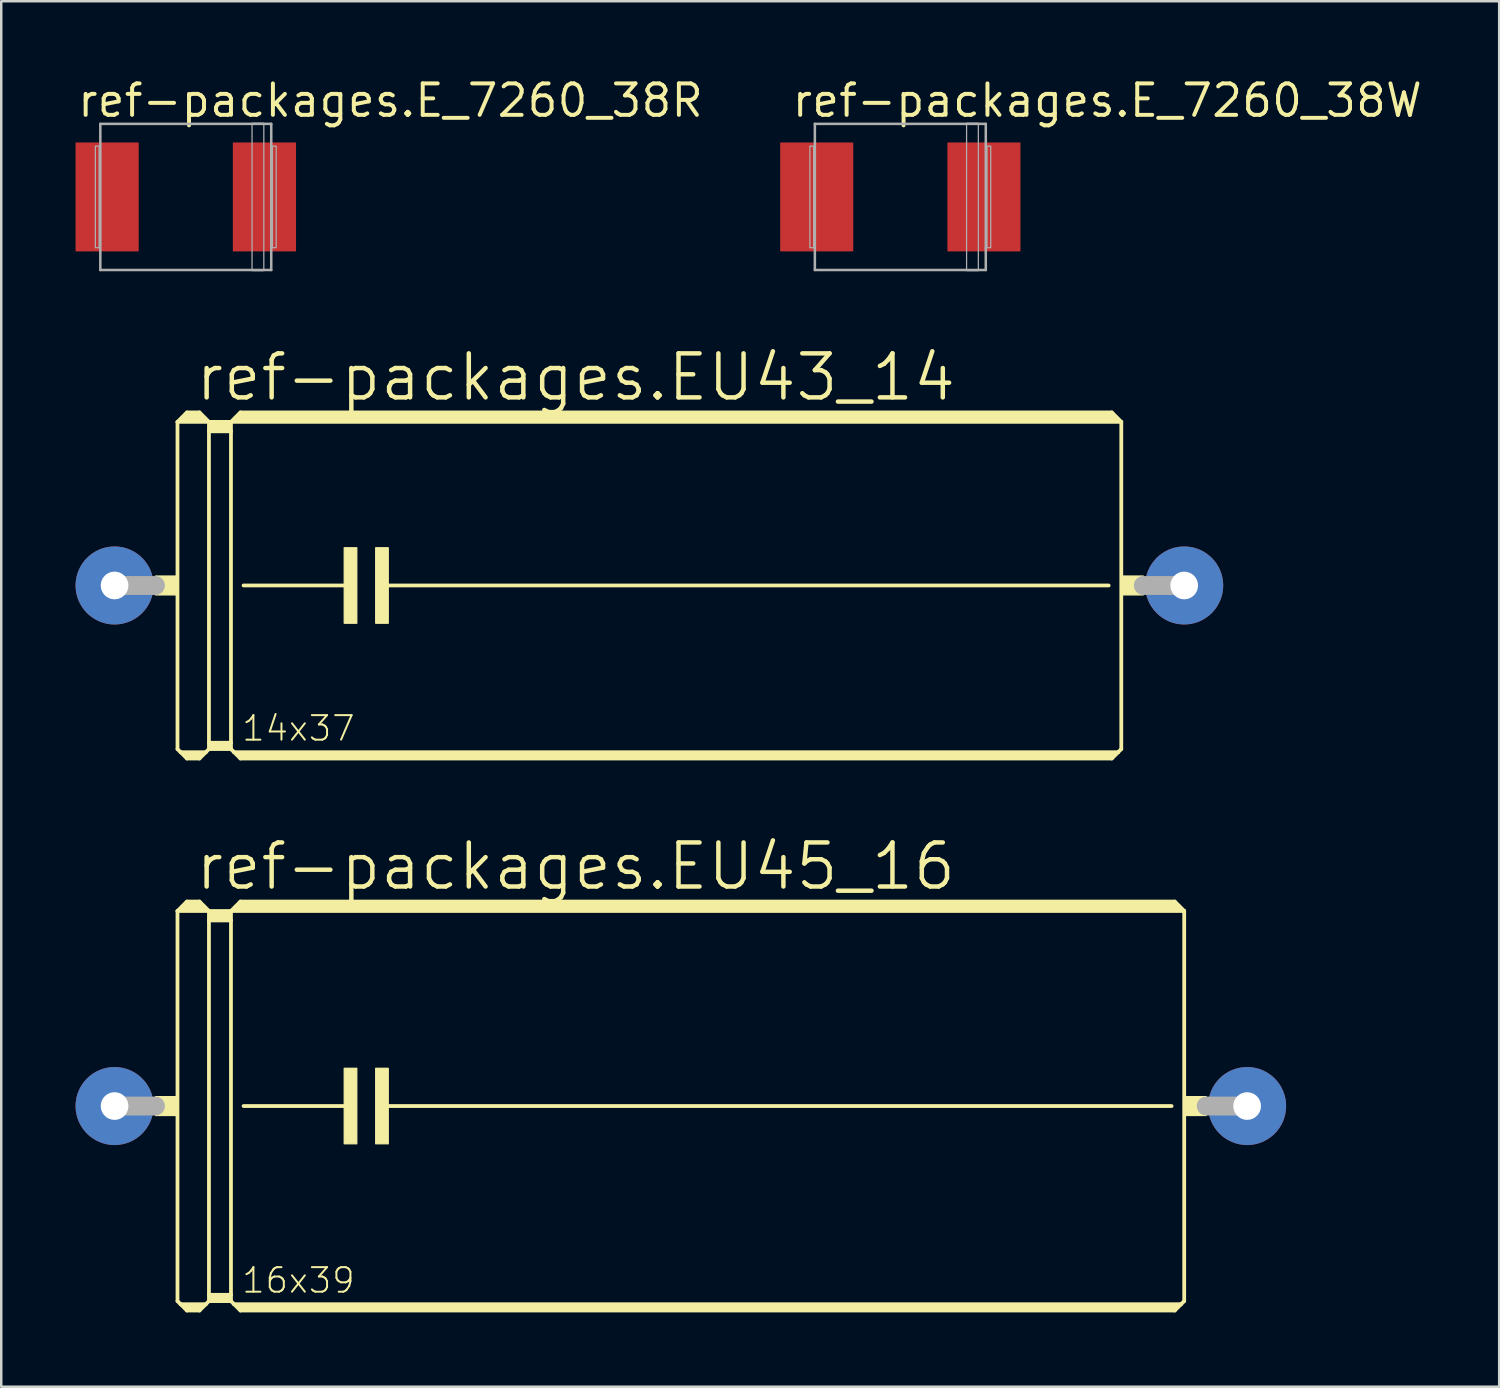
<source format=kicad_pcb>
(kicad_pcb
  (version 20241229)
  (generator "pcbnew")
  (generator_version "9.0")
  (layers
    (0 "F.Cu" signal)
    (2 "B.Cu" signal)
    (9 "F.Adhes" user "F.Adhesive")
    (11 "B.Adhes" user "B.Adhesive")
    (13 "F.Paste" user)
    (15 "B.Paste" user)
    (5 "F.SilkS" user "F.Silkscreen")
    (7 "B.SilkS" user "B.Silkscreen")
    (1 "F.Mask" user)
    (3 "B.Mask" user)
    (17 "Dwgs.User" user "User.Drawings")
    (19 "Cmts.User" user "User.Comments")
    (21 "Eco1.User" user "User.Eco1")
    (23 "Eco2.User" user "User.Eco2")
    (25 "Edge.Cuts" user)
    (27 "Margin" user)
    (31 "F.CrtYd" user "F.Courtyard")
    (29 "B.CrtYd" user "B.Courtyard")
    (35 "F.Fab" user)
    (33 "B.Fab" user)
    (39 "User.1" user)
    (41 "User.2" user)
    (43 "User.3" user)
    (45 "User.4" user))
  (footprint "ref-packages.EU45_16"
    (layer "F.Cu")
    (at 24.435 41.6)
    (property "Reference" "ref-packages.EU45_16" (at -19.685 -8.636 0) (layer "F.SilkS") (effects (font (size 1.778 1.778) (thickness 0.18)) (justify left bottom)))
    (attr through_hole)
    (fp_line (start -20.32 -7.874) (end -20.32 7.874) (stroke (width 0.152) (type default)) (layer "F.SilkS"))
    (fp_line (start -20.32 -7.874) (end -19.939 -8.255) (stroke (width 0.152) (type default)) (layer "F.SilkS"))
    (fp_line (start -20.32 -7.874) (end -19.05 -7.874) (stroke (width 0.152) (type default)) (layer "F.SilkS"))
    (fp_line (start -20.32 7.874) (end -20.193 8.001) (stroke (width 0.152) (type default)) (layer "F.SilkS"))
    (fp_line (start -20.193 8.001) (end -19.939 8.255) (stroke (width 0.152) (type default)) (layer "F.SilkS"))
    (fp_line (start -20.193 8.001) (end -19.177 8.001) (stroke (width 0.152) (type default)) (layer "F.SilkS"))
    (fp_line (start -20.066 -8.001) (end -19.304 -8.001) (stroke (width 0.305) (type default)) (layer "F.SilkS"))
    (fp_line (start -19.939 -8.255) (end -19.431 -8.255) (stroke (width 0.152) (type default)) (layer "F.SilkS"))
    (fp_line (start -19.939 -8.128) (end -19.431 -8.128) (stroke (width 0.305) (type default)) (layer "F.SilkS"))
    (fp_line (start -19.939 8.128) (end -19.431 8.128) (stroke (width 0.254) (type default)) (layer "F.SilkS"))
    (fp_line (start -19.939 8.255) (end -19.431 8.255) (stroke (width 0.152) (type default)) (layer "F.SilkS"))
    (fp_line (start -19.177 8.001) (end -19.431 8.255) (stroke (width 0.152) (type default)) (layer "F.SilkS"))
    (fp_line (start -19.05 -7.874) (end -19.431 -8.255) (stroke (width 0.152) (type default)) (layer "F.SilkS"))
    (fp_line (start -19.05 -7.874) (end -19.05 -7.493) (stroke (width 0.152) (type default)) (layer "F.SilkS"))
    (fp_line (start -19.05 -7.874) (end -18.161 -7.874) (stroke (width 0.152) (type default)) (layer "F.SilkS"))
    (fp_line (start -19.05 -7.493) (end -18.161 -7.493) (stroke (width 0.152) (type default)) (layer "F.SilkS"))
    (fp_line (start -19.05 7.62) (end -19.05 -7.493) (stroke (width 0.152) (type default)) (layer "F.SilkS"))
    (fp_line (start -19.05 7.62) (end -18.161 7.62) (stroke (width 0.152) (type default)) (layer "F.SilkS"))
    (fp_line (start -19.05 7.874) (end -19.177 8.001) (stroke (width 0.152) (type default)) (layer "F.SilkS"))
    (fp_line (start -19.05 7.874) (end -19.05 7.62) (stroke (width 0.152) (type default)) (layer "F.SilkS"))
    (fp_line (start -19.05 7.874) (end -18.161 7.874) (stroke (width 0.152) (type default)) (layer "F.SilkS"))
    (fp_line (start -18.923 -7.747) (end -18.288 -7.747) (stroke (width 0.305) (type default)) (layer "F.SilkS"))
    (fp_line (start -18.923 -7.62) (end -18.288 -7.62) (stroke (width 0.305) (type default)) (layer "F.SilkS"))
    (fp_line (start -18.923 7.747) (end -18.288 7.747) (stroke (width 0.254) (type default)) (layer "F.SilkS"))
    (fp_line (start -18.161 -7.874) (end -18.161 -7.493) (stroke (width 0.152) (type default)) (layer "F.SilkS"))
    (fp_line (start -18.161 -7.874) (end 20.32 -7.874) (stroke (width 0.152) (type default)) (layer "F.SilkS"))
    (fp_line (start -18.161 -7.493) (end -18.161 7.62) (stroke (width 0.152) (type default)) (layer "F.SilkS"))
    (fp_line (start -18.161 7.62) (end -18.161 7.874) (stroke (width 0.152) (type default)) (layer "F.SilkS"))
    (fp_line (start -18.034 8.001) (end -18.161 7.874) (stroke (width 0.152) (type default)) (layer "F.SilkS"))
    (fp_line (start -18.034 8.001) (end 20.193 8.001) (stroke (width 0.152) (type default)) (layer "F.SilkS"))
    (fp_line (start -17.907 -8.001) (end 20.066 -8.001) (stroke (width 0.305) (type default)) (layer "F.SilkS"))
    (fp_line (start -17.78 -8.255) (end -18.161 -7.874) (stroke (width 0.152) (type default)) (layer "F.SilkS"))
    (fp_line (start -17.78 -8.255) (end 19.939 -8.255) (stroke (width 0.152) (type default)) (layer "F.SilkS"))
    (fp_line (start -17.78 -8.128) (end 19.939 -8.128) (stroke (width 0.305) (type default)) (layer "F.SilkS"))
    (fp_line (start -17.78 8.128) (end 19.939 8.128) (stroke (width 0.254) (type default)) (layer "F.SilkS"))
    (fp_line (start -17.78 8.255) (end -18.034 8.001) (stroke (width 0.152) (type default)) (layer "F.SilkS"))
    (fp_line (start -17.78 8.255) (end 19.939 8.255) (stroke (width 0.152) (type default)) (layer "F.SilkS"))
    (fp_line (start -17.653 0) (end -13.335 0) (stroke (width 0.152) (type default)) (layer "F.SilkS"))
    (fp_line (start -11.938 0) (end 19.812 0) (stroke (width 0.152) (type default)) (layer "F.SilkS"))
    (fp_line (start 19.939 -8.255) (end 20.32 -7.874) (stroke (width 0.152) (type default)) (layer "F.SilkS"))
    (fp_line (start 19.939 8.255) (end 20.193 8.001) (stroke (width 0.152) (type default)) (layer "F.SilkS"))
    (fp_line (start 20.193 8.001) (end 20.32 7.874) (stroke (width 0.152) (type default)) (layer "F.SilkS"))
    (fp_line (start 20.32 -7.874) (end 20.32 7.874) (stroke (width 0.152) (type default)) (layer "F.SilkS"))
    (fp_rect (start -21.209 0.381) (end -20.32 -0.381) (stroke (width 0.05) (type default)) (fill yes) (layer "F.SilkS"))
    (fp_rect (start -13.589 1.524) (end -13.081 -1.524) (stroke (width 0.05) (type default)) (fill yes) (layer "F.SilkS"))
    (fp_rect (start -12.319 1.524) (end -11.811 -1.524) (stroke (width 0.05) (type default)) (fill yes) (layer "F.SilkS"))
    (fp_rect (start 20.32 0.381) (end 21.209 -0.381) (stroke (width 0.05) (type default)) (fill yes) (layer "F.SilkS"))
    (fp_line (start -22.86 0) (end -21.209 0) (stroke (width 0.762) (type default)) (layer "F.Fab"))
    (fp_line (start 22.86 0) (end 21.209 0) (stroke (width 0.762) (type default)) (layer "F.Fab"))
    (fp_text user "16x39" (at -17.78 7.62 0) (layer "F.SilkS") (effects (font (size 0.991 0.991) (thickness 0.08)) (justify left bottom)))
    (pad "1" thru_hole circle (at -22.86 0) (size 3.15 3.15) (drill 1.118) (layers "*.Cu" "*.Mask"))
    (pad "2" thru_hole circle (at 22.86 0) (size 3.15 3.15) (drill 1.118) (layers "*.Cu" "*.Mask")))
  (footprint "ref-packages.E_7260_38R"
    (layer "F.Cu")
    (at 4.45 4.9)
    (property "Reference" "ref-packages.E_7260_38R" (at -4.45 -3.15 0) (layer "F.SilkS") (effects (font (size 1.27 1.27) (thickness 0.16)) (justify left bottom)))
    (attr smd)
    (fp_line (start -3.45 -2.95) (end 3.45 -2.95) (stroke (width 0.102) (type default)) (layer "F.Fab"))
    (fp_line (start -3.45 2.95) (end -3.45 -2.95) (stroke (width 0.102) (type default)) (layer "F.Fab"))
    (fp_line (start 3.45 -2.95) (end 3.45 2.95) (stroke (width 0.102) (type default)) (layer "F.Fab"))
    (fp_line (start 3.45 2.95) (end -3.45 2.95) (stroke (width 0.102) (type default)) (layer "F.Fab"))
    (fp_rect (start -3.65 2.05) (end -3.5 -2.05) (stroke (width 0.05) (type default)) (fill no) (layer "F.Fab"))
    (fp_rect (start 2.675 2.975) (end 3.15 -2.975) (stroke (width 0.05) (type default)) (fill no) (layer "F.Fab"))
    (fp_rect (start 3.5 2.05) (end 3.65 -2.05) (stroke (width 0.05) (type default)) (fill no) (layer "F.Fab"))
    (pad "+" smd roundrect (at 3.175 0) (size 2.55 4.4) (layers "F.Cu" "F.Mask" "F.Paste") (roundrect_rratio 0.01))
    (pad "-" smd roundrect (at -3.175 0) (size 2.55 4.4) (layers "F.Cu" "F.Mask" "F.Paste") (roundrect_rratio 0.01)))
  (footprint "ref-packages.E_7260_38W"
    (layer "F.Cu")
    (at 33.295 4.9)
    (property "Reference" "ref-packages.E_7260_38W" (at -4.45 -3.15 0) (layer "F.SilkS") (effects (font (size 1.27 1.27) (thickness 0.16)) (justify left bottom)))
    (attr smd)
    (fp_line (start -3.45 -2.95) (end 3.45 -2.95) (stroke (width 0.102) (type default)) (layer "F.Fab"))
    (fp_line (start -3.45 2.95) (end -3.45 -2.95) (stroke (width 0.102) (type default)) (layer "F.Fab"))
    (fp_line (start 3.45 -2.95) (end 3.45 2.95) (stroke (width 0.102) (type default)) (layer "F.Fab"))
    (fp_line (start 3.45 2.95) (end -3.45 2.95) (stroke (width 0.102) (type default)) (layer "F.Fab"))
    (fp_rect (start -3.65 2.05) (end -3.5 -2.05) (stroke (width 0.05) (type default)) (fill no) (layer "F.Fab"))
    (fp_rect (start 2.675 2.975) (end 3.15 -2.975) (stroke (width 0.05) (type default)) (fill no) (layer "F.Fab"))
    (fp_rect (start 3.5 2.05) (end 3.65 -2.05) (stroke (width 0.05) (type default)) (fill no) (layer "F.Fab"))
    (pad "+" smd roundrect (at 3.375 0) (size 2.95 4.4) (layers "F.Cu" "F.Mask" "F.Paste") (roundrect_rratio 0.01))
    (pad "-" smd roundrect (at -3.375 0) (size 2.95 4.4) (layers "F.Cu" "F.Mask" "F.Paste") (roundrect_rratio 0.01)))
  (footprint "ref-packages.EU43_14"
    (layer "F.Cu")
    (at 23.165 20.585)
    (property "Reference" "ref-packages.EU43_14" (at -18.415 -7.366 0) (layer "F.SilkS") (effects (font (size 1.778 1.778) (thickness 0.18)) (justify left bottom)))
    (attr through_hole)
    (fp_line (start -19.05 -6.604) (end -19.05 6.604) (stroke (width 0.152) (type default)) (layer "F.SilkS"))
    (fp_line (start -19.05 -6.604) (end -18.669 -6.985) (stroke (width 0.152) (type default)) (layer "F.SilkS"))
    (fp_line (start -19.05 -6.604) (end -17.78 -6.604) (stroke (width 0.152) (type default)) (layer "F.SilkS"))
    (fp_line (start -19.05 6.604) (end -18.923 6.731) (stroke (width 0.152) (type default)) (layer "F.SilkS"))
    (fp_line (start -18.923 6.731) (end -18.669 6.985) (stroke (width 0.152) (type default)) (layer "F.SilkS"))
    (fp_line (start -18.923 6.731) (end -17.907 6.731) (stroke (width 0.152) (type default)) (layer "F.SilkS"))
    (fp_line (start -18.796 -6.731) (end -18.034 -6.731) (stroke (width 0.305) (type default)) (layer "F.SilkS"))
    (fp_line (start -18.669 -6.985) (end -18.161 -6.985) (stroke (width 0.152) (type default)) (layer "F.SilkS"))
    (fp_line (start -18.669 -6.858) (end -18.161 -6.858) (stroke (width 0.305) (type default)) (layer "F.SilkS"))
    (fp_line (start -18.669 6.858) (end -18.161 6.858) (stroke (width 0.254) (type default)) (layer "F.SilkS"))
    (fp_line (start -18.669 6.985) (end -18.161 6.985) (stroke (width 0.152) (type default)) (layer "F.SilkS"))
    (fp_line (start -17.907 6.731) (end -18.161 6.985) (stroke (width 0.152) (type default)) (layer "F.SilkS"))
    (fp_line (start -17.78 -6.604) (end -18.161 -6.985) (stroke (width 0.152) (type default)) (layer "F.SilkS"))
    (fp_line (start -17.78 -6.604) (end -17.78 -6.223) (stroke (width 0.152) (type default)) (layer "F.SilkS"))
    (fp_line (start -17.78 -6.604) (end -16.891 -6.604) (stroke (width 0.152) (type default)) (layer "F.SilkS"))
    (fp_line (start -17.78 -6.223) (end -16.891 -6.223) (stroke (width 0.152) (type default)) (layer "F.SilkS"))
    (fp_line (start -17.78 6.35) (end -17.78 -6.223) (stroke (width 0.152) (type default)) (layer "F.SilkS"))
    (fp_line (start -17.78 6.35) (end -16.891 6.35) (stroke (width 0.152) (type default)) (layer "F.SilkS"))
    (fp_line (start -17.78 6.604) (end -17.907 6.731) (stroke (width 0.152) (type default)) (layer "F.SilkS"))
    (fp_line (start -17.78 6.604) (end -17.78 6.35) (stroke (width 0.152) (type default)) (layer "F.SilkS"))
    (fp_line (start -17.78 6.604) (end -16.891 6.604) (stroke (width 0.152) (type default)) (layer "F.SilkS"))
    (fp_line (start -17.653 -6.477) (end -17.018 -6.477) (stroke (width 0.305) (type default)) (layer "F.SilkS"))
    (fp_line (start -17.653 -6.35) (end -17.018 -6.35) (stroke (width 0.305) (type default)) (layer "F.SilkS"))
    (fp_line (start -17.653 6.477) (end -17.018 6.477) (stroke (width 0.254) (type default)) (layer "F.SilkS"))
    (fp_line (start -16.891 -6.604) (end -16.891 -6.223) (stroke (width 0.152) (type default)) (layer "F.SilkS"))
    (fp_line (start -16.891 -6.604) (end 19.05 -6.604) (stroke (width 0.152) (type default)) (layer "F.SilkS"))
    (fp_line (start -16.891 -6.223) (end -16.891 6.35) (stroke (width 0.152) (type default)) (layer "F.SilkS"))
    (fp_line (start -16.891 6.35) (end -16.891 6.604) (stroke (width 0.152) (type default)) (layer "F.SilkS"))
    (fp_line (start -16.764 6.731) (end -16.891 6.604) (stroke (width 0.152) (type default)) (layer "F.SilkS"))
    (fp_line (start -16.764 6.731) (end 18.923 6.731) (stroke (width 0.152) (type default)) (layer "F.SilkS"))
    (fp_line (start -16.637 -6.731) (end 18.796 -6.731) (stroke (width 0.305) (type default)) (layer "F.SilkS"))
    (fp_line (start -16.51 -6.985) (end -16.891 -6.604) (stroke (width 0.152) (type default)) (layer "F.SilkS"))
    (fp_line (start -16.51 -6.985) (end 18.669 -6.985) (stroke (width 0.152) (type default)) (layer "F.SilkS"))
    (fp_line (start -16.51 -6.858) (end 18.669 -6.858) (stroke (width 0.305) (type default)) (layer "F.SilkS"))
    (fp_line (start -16.51 6.858) (end 18.669 6.858) (stroke (width 0.254) (type default)) (layer "F.SilkS"))
    (fp_line (start -16.51 6.985) (end -16.764 6.731) (stroke (width 0.152) (type default)) (layer "F.SilkS"))
    (fp_line (start -16.51 6.985) (end 18.669 6.985) (stroke (width 0.152) (type default)) (layer "F.SilkS"))
    (fp_line (start -16.383 0) (end -12.065 0) (stroke (width 0.152) (type default)) (layer "F.SilkS"))
    (fp_line (start -10.668 0) (end 18.542 0) (stroke (width 0.152) (type default)) (layer "F.SilkS"))
    (fp_line (start 18.669 -6.985) (end 19.05 -6.604) (stroke (width 0.152) (type default)) (layer "F.SilkS"))
    (fp_line (start 18.669 6.985) (end 18.923 6.731) (stroke (width 0.152) (type default)) (layer "F.SilkS"))
    (fp_line (start 18.923 6.731) (end 19.05 6.604) (stroke (width 0.152) (type default)) (layer "F.SilkS"))
    (fp_line (start 19.05 -6.604) (end 19.05 6.604) (stroke (width 0.152) (type default)) (layer "F.SilkS"))
    (fp_rect (start -19.939 0.381) (end -19.05 -0.381) (stroke (width 0.05) (type default)) (fill yes) (layer "F.SilkS"))
    (fp_rect (start -12.319 1.524) (end -11.811 -1.524) (stroke (width 0.05) (type default)) (fill yes) (layer "F.SilkS"))
    (fp_rect (start -11.049 1.524) (end -10.541 -1.524) (stroke (width 0.05) (type default)) (fill yes) (layer "F.SilkS"))
    (fp_rect (start 19.05 0.381) (end 19.939 -0.381) (stroke (width 0.05) (type default)) (fill yes) (layer "F.SilkS"))
    (fp_line (start -21.59 0) (end -19.939 0) (stroke (width 0.762) (type default)) (layer "F.Fab"))
    (fp_line (start 21.59 0) (end 19.939 0) (stroke (width 0.762) (type default)) (layer "F.Fab"))
    (fp_text user "14x37" (at -16.51 6.35 0) (layer "F.SilkS") (effects (font (size 0.991 0.991) (thickness 0.08)) (justify left bottom)))
    (pad "1" thru_hole circle (at -21.59 0) (size 3.15 3.15) (drill 1.118) (layers "*.Cu" "*.Mask"))
    (pad "2" thru_hole circle (at 21.59 0) (size 3.15 3.15) (drill 1.118) (layers "*.Cu" "*.Mask")))
  (gr_rect
    (start -3 -3)
    (end 57.471 52.931)
    (stroke (width 0.1) (type default))
    (fill no)
    (layer "Edge.Cuts")))
</source>
